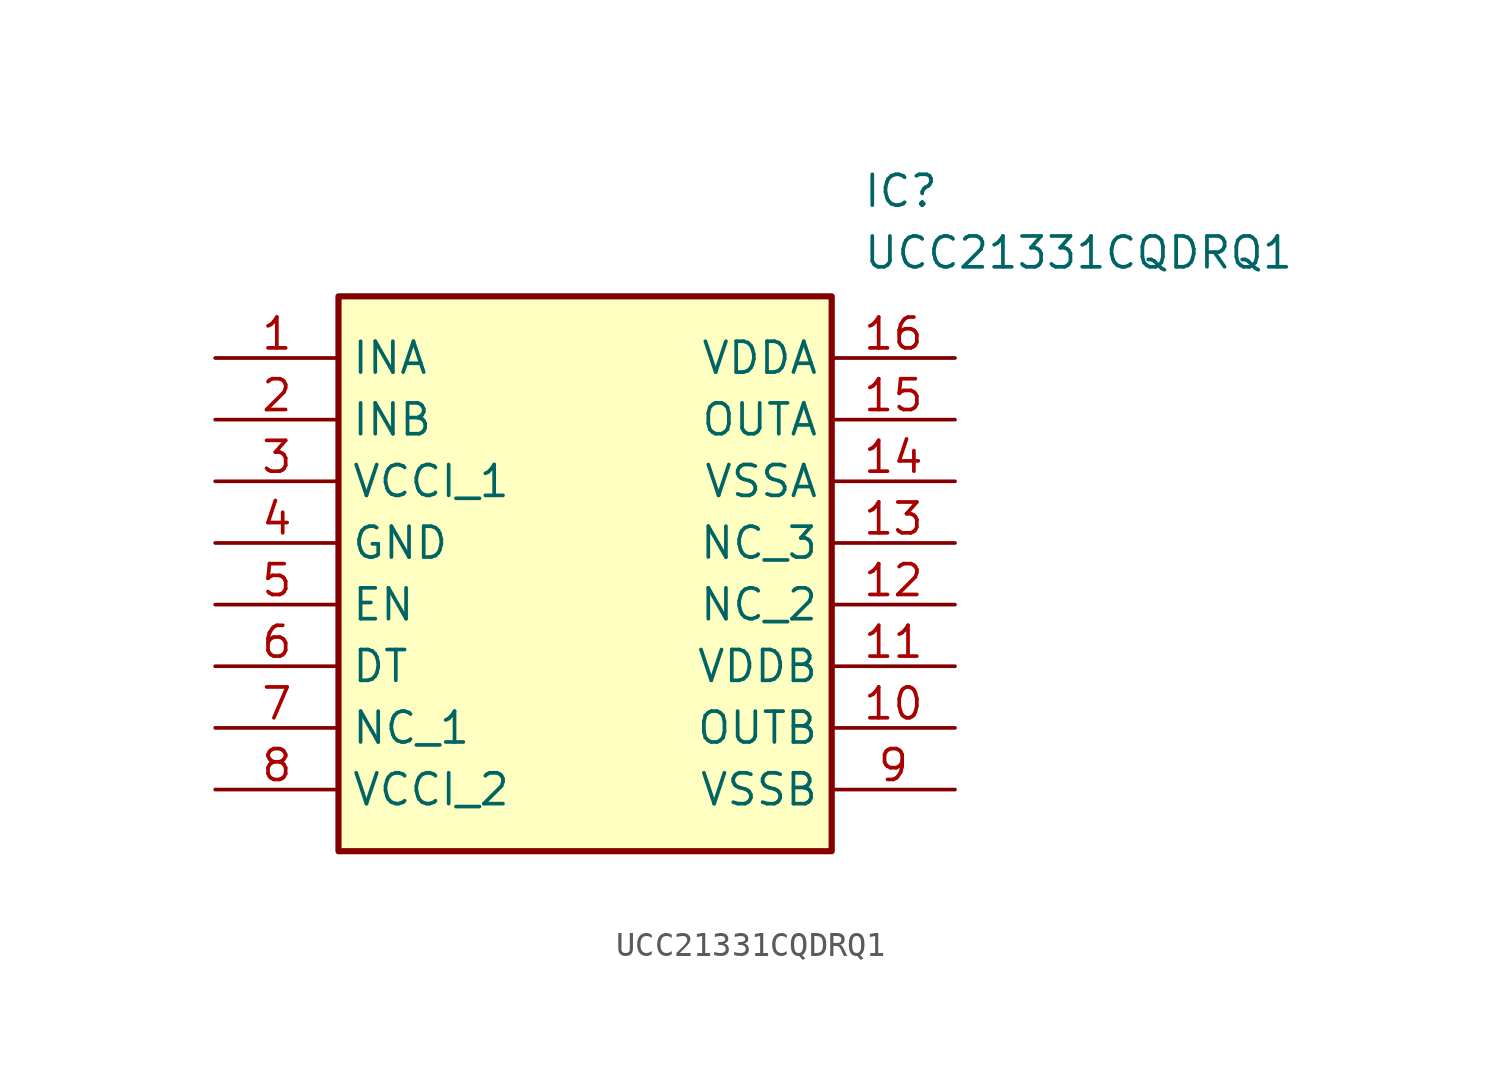
<source format=kicad_sym>
(kicad_symbol_lib
  (version 20211014)
  (generator SamacSys_ECAD_Model)
  (symbol "UCC21331CQDRQ1"
    (property "Reference" "IC"
      (at 26.67 7.62 0)
      (effects (font (size 1.27 1.27)) (justify left top)))
    (property "Value" "UCC21331CQDRQ1"
      (at 26.67 5.08 0)
      (effects (font (size 1.27 1.27)) (justify left top)))
    (rectangle
      (start 5.08 2.54)
      (end 25.4 -20.32)
      (stroke (width 0.254) (type default))
      (fill (type background)))
    (pin passive line
      (at 0 0 0)
      (length 5.08)
      (name "INA" (effects (font (size 1.27 1.27))))
      (number "1" (effects (font (size 1.27 1.27)))))
    (pin passive line
      (at 0 -2.54 0)
      (length 5.08)
      (name "INB" (effects (font (size 1.27 1.27))))
      (number "2" (effects (font (size 1.27 1.27)))))
    (pin passive line
      (at 0 -5.08 0)
      (length 5.08)
      (name "VCCI_1" (effects (font (size 1.27 1.27))))
      (number "3" (effects (font (size 1.27 1.27)))))
    (pin passive line
      (at 0 -7.62 0)
      (length 5.08)
      (name "GND" (effects (font (size 1.27 1.27))))
      (number "4" (effects (font (size 1.27 1.27)))))
    (pin passive line
      (at 0 -10.16 0)
      (length 5.08)
      (name "EN" (effects (font (size 1.27 1.27))))
      (number "5" (effects (font (size 1.27 1.27)))))
    (pin passive line
      (at 0 -12.7 0)
      (length 5.08)
      (name "DT" (effects (font (size 1.27 1.27))))
      (number "6" (effects (font (size 1.27 1.27)))))
    (pin passive line
      (at 0 -15.24 0)
      (length 5.08)
      (name "NC_1" (effects (font (size 1.27 1.27))))
      (number "7" (effects (font (size 1.27 1.27)))))
    (pin passive line
      (at 0 -17.78 0)
      (length 5.08)
      (name "VCCI_2" (effects (font (size 1.27 1.27))))
      (number "8" (effects (font (size 1.27 1.27)))))
    (pin passive line
      (at 30.48 0 180)
      (length 5.08)
      (name "VDDA" (effects (font (size 1.27 1.27))))
      (number "16" (effects (font (size 1.27 1.27)))))
    (pin passive line
      (at 30.48 -2.54 180)
      (length 5.08)
      (name "OUTA" (effects (font (size 1.27 1.27))))
      (number "15" (effects (font (size 1.27 1.27)))))
    (pin passive line
      (at 30.48 -5.08 180)
      (length 5.08)
      (name "VSSA" (effects (font (size 1.27 1.27))))
      (number "14" (effects (font (size 1.27 1.27)))))
    (pin passive line
      (at 30.48 -7.62 180)
      (length 5.08)
      (name "NC_3" (effects (font (size 1.27 1.27))))
      (number "13" (effects (font (size 1.27 1.27)))))
    (pin passive line
      (at 30.48 -10.16 180)
      (length 5.08)
      (name "NC_2" (effects (font (size 1.27 1.27))))
      (number "12" (effects (font (size 1.27 1.27)))))
    (pin passive line
      (at 30.48 -12.7 180)
      (length 5.08)
      (name "VDDB" (effects (font (size 1.27 1.27))))
      (number "11" (effects (font (size 1.27 1.27)))))
    (pin passive line
      (at 30.48 -15.24 180)
      (length 5.08)
      (name "OUTB" (effects (font (size 1.27 1.27))))
      (number "10" (effects (font (size 1.27 1.27)))))
    (pin passive line
      (at 30.48 -17.78 180)
      (length 5.08)
      (name "VSSB" (effects (font (size 1.27 1.27))))
      (number "9" (effects (font (size 1.27 1.27)))))))
</source>
